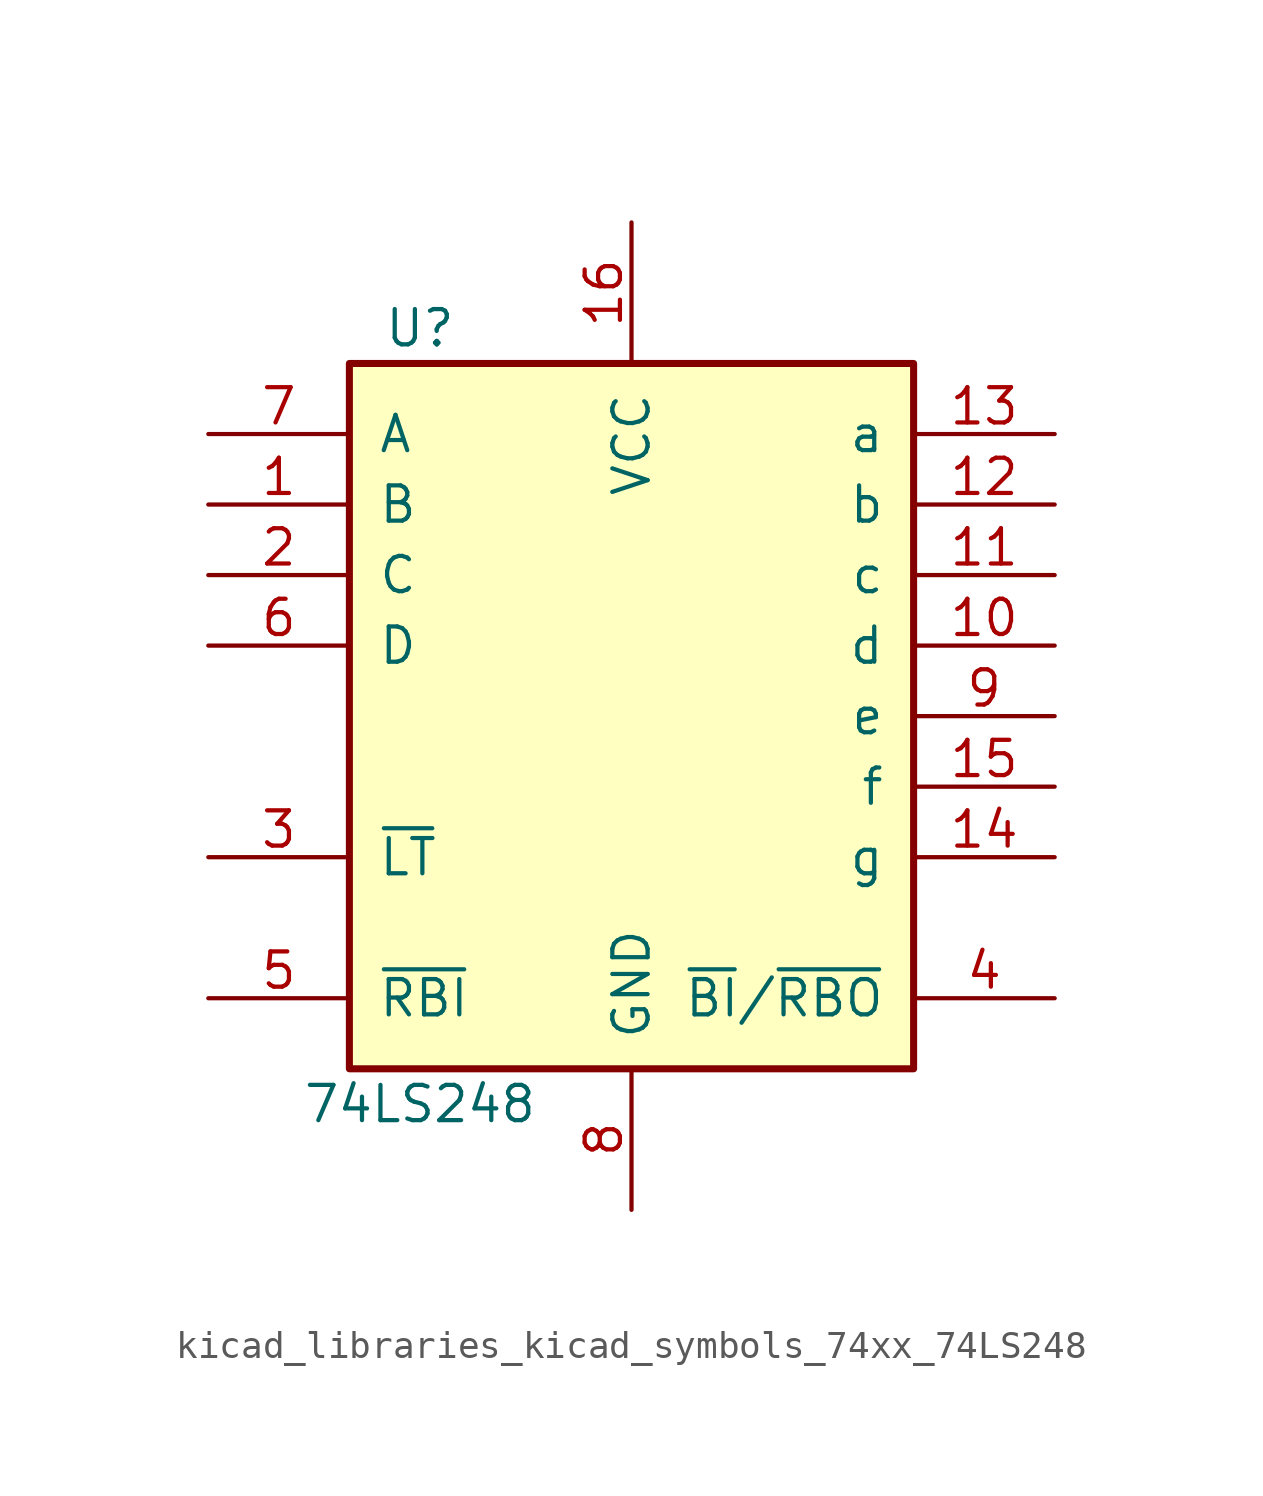
<source format=kicad_sym>
(kicad_symbol_lib
  (version 20220914)
  (generator kicad_symbol_editor)
  (symbol "kicad_libraries_kicad_symbols_74xx_74LS248"
    (pin_names
      (offset 1.016))
    (property "Reference" "U"
      (at -7.62 13.97 0)
      (effects (font (size 1.27 1.27))))
    (property "Value" "74LS248"
      (at -7.62 -13.97 0)
      (effects (font (size 1.27 1.27))))
    (property "ki_locked" ""
      (at 0 0 0)
      (effects (font (size 1.27 1.27))))
    (symbol "kicad_libraries_kicad_symbols_74xx_74LS248_1_0"
      (pin input line (at -15.24 7.62 0) (length 5.08) (name "B" (effects (font (size 1.27 1.27)))) (number "1" (effects (font (size 1.27 1.27)))))
      (pin open_collector line (at 15.24 2.54 180) (length 5.08) (name "d" (effects (font (size 1.27 1.27)))) (number "10" (effects (font (size 1.27 1.27)))))
      (pin open_collector line (at 15.24 5.08 180) (length 5.08) (name "c" (effects (font (size 1.27 1.27)))) (number "11" (effects (font (size 1.27 1.27)))))
      (pin open_collector line (at 15.24 7.62 180) (length 5.08) (name "b" (effects (font (size 1.27 1.27)))) (number "12" (effects (font (size 1.27 1.27)))))
      (pin open_collector line (at 15.24 10.16 180) (length 5.08) (name "a" (effects (font (size 1.27 1.27)))) (number "13" (effects (font (size 1.27 1.27)))))
      (pin open_collector line (at 15.24 -5.08 180) (length 5.08) (name "g" (effects (font (size 1.27 1.27)))) (number "14" (effects (font (size 1.27 1.27)))))
      (pin open_collector line (at 15.24 -2.54 180) (length 5.08) (name "f" (effects (font (size 1.27 1.27)))) (number "15" (effects (font (size 1.27 1.27)))))
      (pin power_in line (at 0 17.78 270) (length 5.08) (name "VCC" (effects (font (size 1.27 1.27)))) (number "16" (effects (font (size 1.27 1.27)))))
      (pin input line (at -15.24 5.08 0) (length 5.08) (name "C" (effects (font (size 1.27 1.27)))) (number "2" (effects (font (size 1.27 1.27)))))
      (pin input line (at -15.24 -5.08 0) (length 5.08) (name "~{LT}" (effects (font (size 1.27 1.27)))) (number "3" (effects (font (size 1.27 1.27)))))
      (pin open_collector line (at 15.24 -10.16 180) (length 5.08) (name "~{BI}/~{RBO}" (effects (font (size 1.27 1.27)))) (number "4" (effects (font (size 1.27 1.27)))))
      (pin input line (at -15.24 -10.16 0) (length 5.08) (name "~{RBI}" (effects (font (size 1.27 1.27)))) (number "5" (effects (font (size 1.27 1.27)))))
      (pin input line (at -15.24 2.54 0) (length 5.08) (name "D" (effects (font (size 1.27 1.27)))) (number "6" (effects (font (size 1.27 1.27)))))
      (pin input line (at -15.24 10.16 0) (length 5.08) (name "A" (effects (font (size 1.27 1.27)))) (number "7" (effects (font (size 1.27 1.27)))))
      (pin power_in line (at 0 -17.78 90) (length 5.08) (name "GND" (effects (font (size 1.27 1.27)))) (number "8" (effects (font (size 1.27 1.27)))))
      (pin open_collector line (at 15.24 0 180) (length 5.08) (name "e" (effects (font (size 1.27 1.27)))) (number "9" (effects (font (size 1.27 1.27))))))
    (symbol "kicad_libraries_kicad_symbols_74xx_74LS248_1_1"
      (rectangle (start -10.16 12.7) (end 10.16 -12.7) (stroke (width 0.254) (type default)) (fill (type background))))))
</source>
